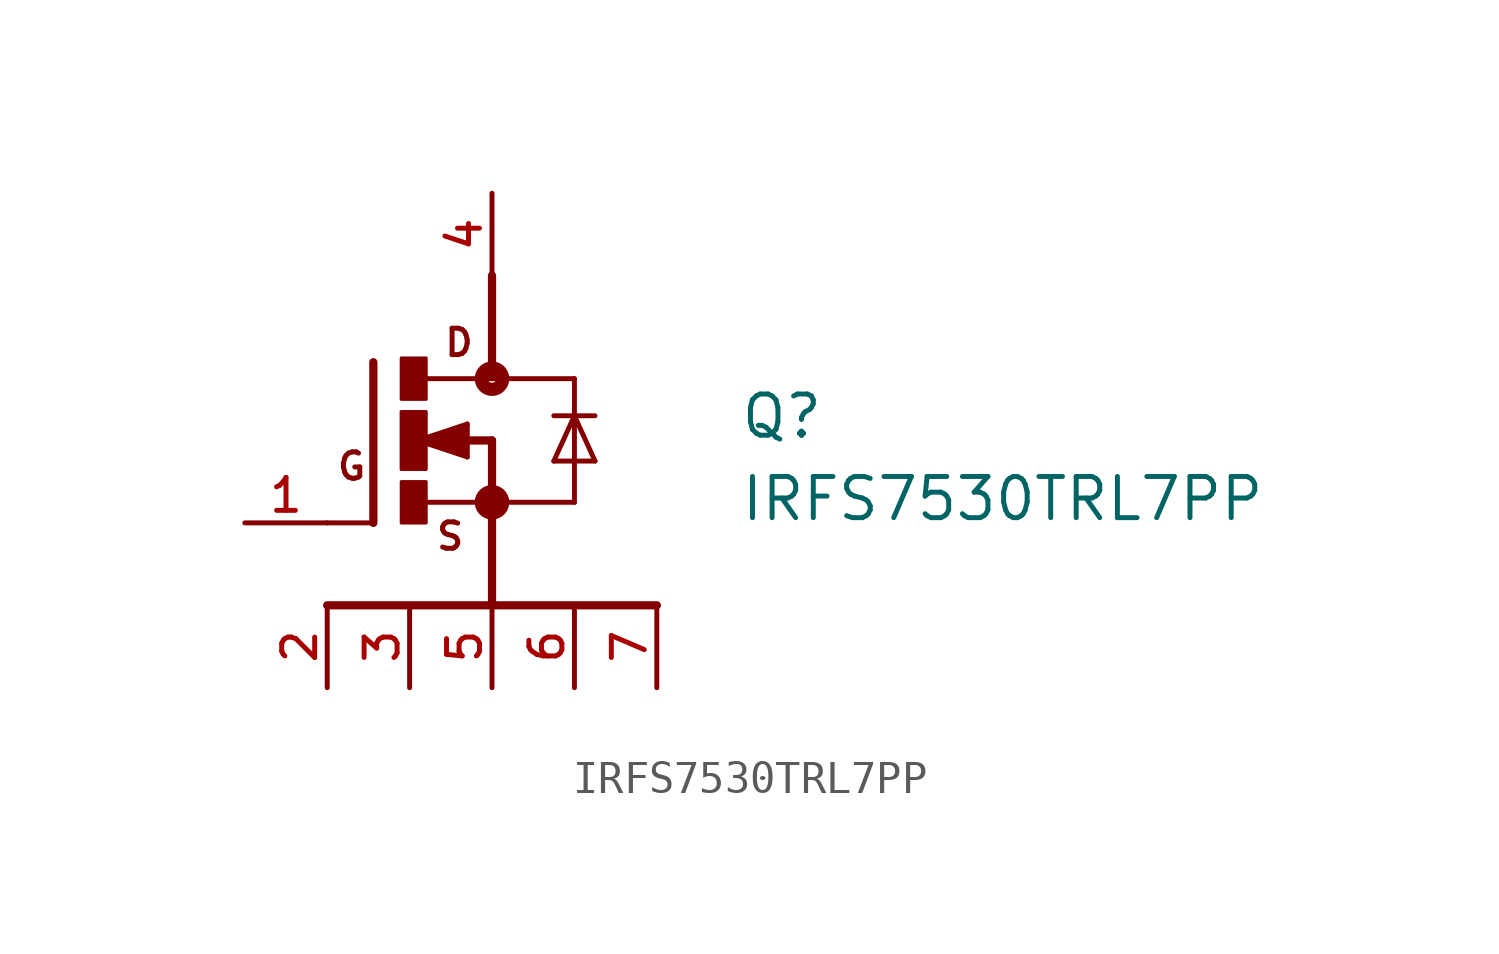
<source format=kicad_sym>
(kicad_symbol_lib
  (version 20211014)
  (generator kicad_symbol_editor)
  (symbol "IRFS7530TRL7PP"
    (pin_names
      (offset 1.016))
    (property "Reference" "Q"
      (at 7.624 0.0 0)
      (effects (font (size 1.27 1.27)) (justify bottom left)))
    (property "Value" "IRFS7530TRL7PP"
      (at 7.626 -2.542 0)
      (effects (font (size 1.27 1.27)) (justify bottom left)))
    (symbol "IRFS7530TRL7PP_0_0"
      (polyline (pts (xy -3.658 2.413) (xy -3.658 -2.54)) (stroke (width 0.254)))
      (polyline (pts (xy -3.658 -2.54) (xy -5.08 -2.54)) (stroke (width 0.152)))
      (polyline (pts (xy 0.0 1.905) (xy -2.007 1.905)) (stroke (width 0.152)))
      (polyline (pts (xy -2.032 -1.905) (xy 0.0 -1.905)) (stroke (width 0.152)))
      (polyline (pts (xy 0.0 2.032) (xy 0.0 1.905)) (stroke (width 0.152)))
      (polyline (pts (xy 0.0 1.905) (xy 2.54 1.905)) (stroke (width 0.152)))
      (polyline (pts (xy 2.54 1.905) (xy 2.54 0.762)) (stroke (width 0.152)))
      (polyline (pts (xy 2.54 0.762) (xy 2.54 -1.905)) (stroke (width 0.152)))
      (polyline (pts (xy 2.54 -1.905) (xy 0.0 -1.905)) (stroke (width 0.152)))
      (polyline (pts (xy 0.0 -1.905) (xy 0.0 -2.032)) (stroke (width 0.152)))
      (polyline (pts (xy 2.54 0.762) (xy 1.905 -0.635)) (stroke (width 0.152)))
      (polyline (pts (xy 1.905 -0.635) (xy 3.175 -0.635)) (stroke (width 0.152)))
      (polyline (pts (xy 3.175 -0.635) (xy 2.54 0.762)) (stroke (width 0.152)))
      (polyline (pts (xy 1.905 0.762) (xy 2.54 0.762)) (stroke (width 0.152)))
      (polyline (pts (xy 2.54 0.762) (xy 3.175 0.762)) (stroke (width 0.152)))
      (polyline (pts (xy -2.286 0.0) (xy -0.762 -0.508)) (stroke (width 0.152)))
      (polyline (pts (xy -0.762 -0.508) (xy -0.762 0.0)) (stroke (width 0.152)))
      (polyline (pts (xy -0.762 0.0) (xy -0.762 0.508)) (stroke (width 0.152)))
      (polyline (pts (xy -0.762 0.508) (xy -2.286 0.0)) (stroke (width 0.152)))
      (polyline (pts (xy -0.889 0.254) (xy -2.286 0.0)) (stroke (width 0.152)))
      (polyline (pts (xy -1.143 0.254) (xy -2.032 0.0)) (stroke (width 0.305)))
      (polyline (pts (xy -2.032 0.0) (xy -0.889 -0.254)) (stroke (width 0.305)))
      (polyline (pts (xy -0.889 -0.254) (xy -0.889 0.254)) (stroke (width 0.305)))
      (polyline (pts (xy -0.889 0.254) (xy -1.905 0.0)) (stroke (width 0.305)))
      (circle (center 0.0 -1.905) (radius 0.127) (stroke (width 0.406)) (fill (type none)))
      (circle (center 0.0 1.905) (radius 0.127) (stroke (width 0.406)) (fill (type none)))
      (text "D" (at -1.524 2.54 0) (effects (font (size 0.813 0.813)) (justify bottom left)))
      (text "S" (at -1.778 -3.429 0) (effects (font (size 0.813 0.813)) (justify bottom left)))
      (text "G" (at -4.835 -1.272 0) (effects (font (size 0.814 0.814)) (justify bottom left)))
      (rectangle (start -2.795 -2.541) (end -2.032 -1.27) (stroke (width 0.1)) (fill (type outline)))
      (rectangle (start -2.796 1.271) (end -2.032 2.54) (stroke (width 0.1)) (fill (type outline)))
      (rectangle (start -2.798 -0.89) (end -2.032 0.889) (stroke (width 0.1)) (fill (type outline)))
      (polyline (pts (xy -0.762 0.0) (xy -1.905 0.0)) (stroke (width 0.254)))
      (polyline (pts (xy -1.905 0.0) (xy -2.032 0.0)) (stroke (width 0.254)))
      (polyline (pts (xy -2.032 0.0) (xy -2.286 0.0)) (stroke (width 0.254)))
      (polyline (pts (xy 0.0 5.08) (xy 0.0 2.032)) (stroke (width 0.254)))
      (polyline (pts (xy 0.0 -5.08) (xy 0.0 -2.032)) (stroke (width 0.254)))
      (polyline (pts (xy -0.762 0.0) (xy 0.0 0.0)) (stroke (width 0.254)))
      (polyline (pts (xy 0.0 0.0) (xy 0.0 -1.778)) (stroke (width 0.254)))
      (polyline (pts (xy -5.08 -5.08) (xy 5.08 -5.08)) (stroke (width 0.254)))
      (pin passive line (at -5.08 -7.62 90.0) (length 2.54) (name "~" (effects (font (size 1.016 1.016)))) (number "2" (effects (font (size 1.016 1.016)))))
      (pin passive line (at -7.62 -2.54 0) (length 2.54) (name "~" (effects (font (size 1.016 1.016)))) (number "1" (effects (font (size 1.016 1.016)))))
      (pin passive line (at 0.0 7.62 270.0) (length 2.54) (name "~" (effects (font (size 1.016 1.016)))) (number "4" (effects (font (size 1.016 1.016)))))
      (pin passive line (at -2.54 -7.62 90.0) (length 2.54) (name "~" (effects (font (size 1.016 1.016)))) (number "3" (effects (font (size 1.016 1.016)))))
      (pin passive line (at 0.0 -7.62 90.0) (length 2.54) (name "~" (effects (font (size 1.016 1.016)))) (number "5" (effects (font (size 1.016 1.016)))))
      (pin passive line (at 2.54 -7.62 90.0) (length 2.54) (name "~" (effects (font (size 1.016 1.016)))) (number "6" (effects (font (size 1.016 1.016)))))
      (pin passive line (at 5.08 -7.62 90.0) (length 2.54) (name "~" (effects (font (size 1.016 1.016)))) (number "7" (effects (font (size 1.016 1.016))))))))
</source>
